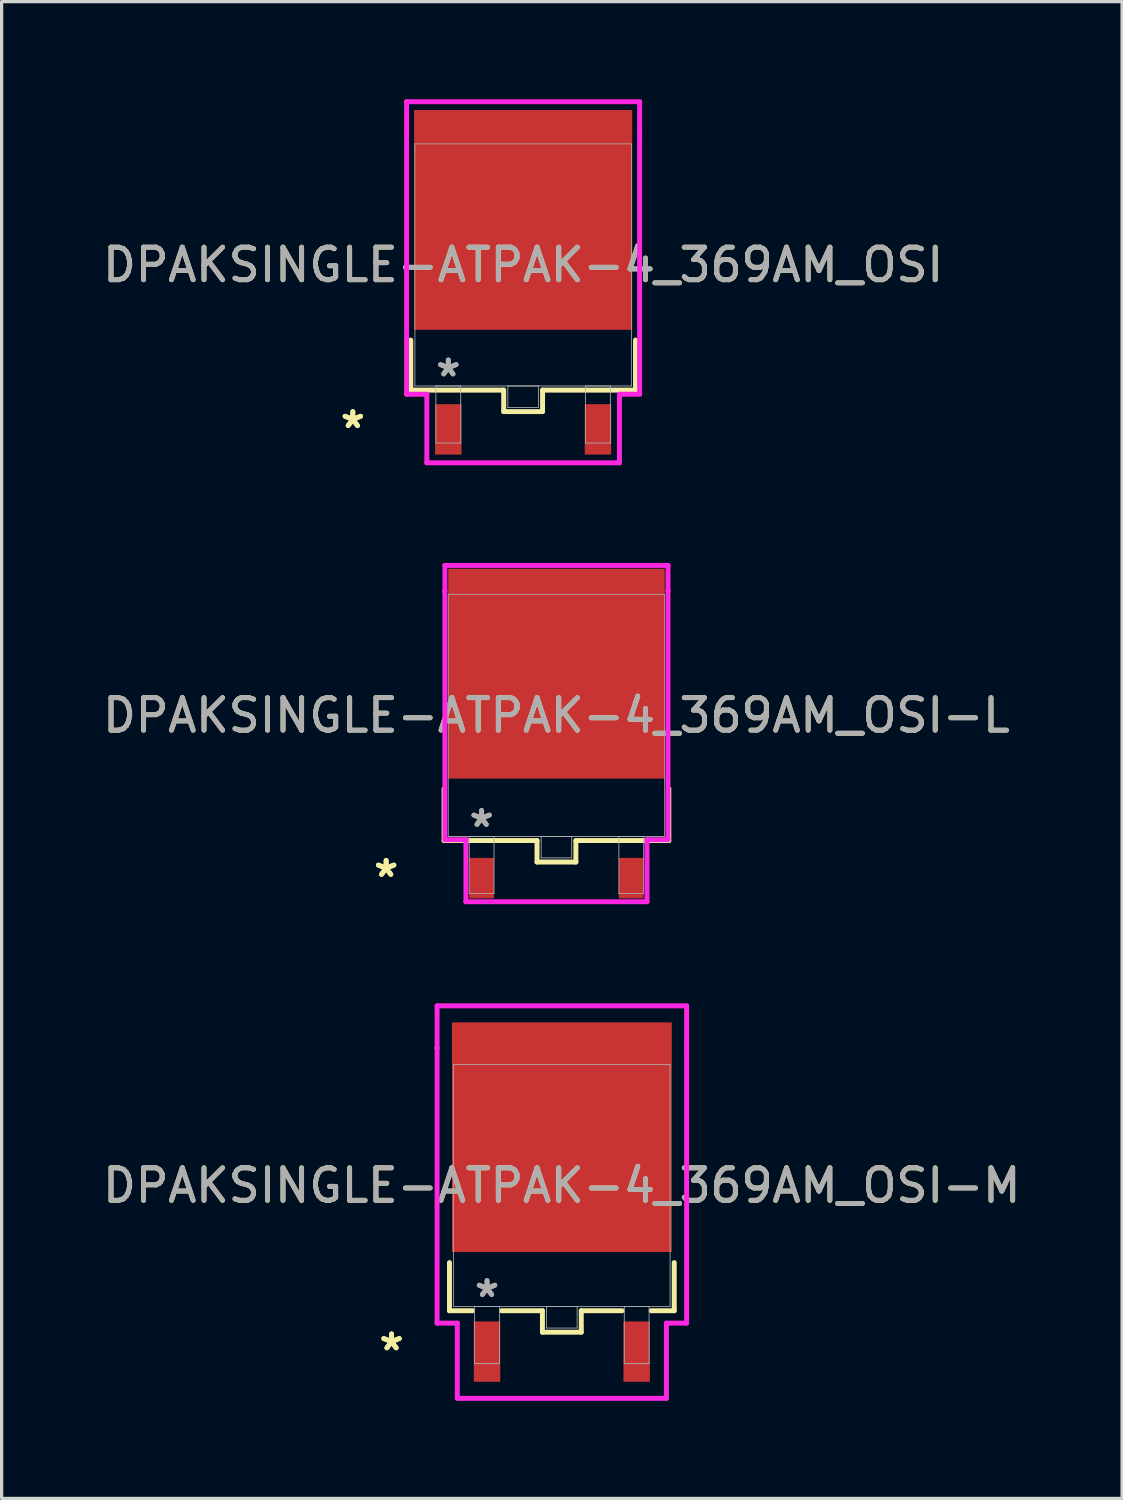
<source format=kicad_pcb>
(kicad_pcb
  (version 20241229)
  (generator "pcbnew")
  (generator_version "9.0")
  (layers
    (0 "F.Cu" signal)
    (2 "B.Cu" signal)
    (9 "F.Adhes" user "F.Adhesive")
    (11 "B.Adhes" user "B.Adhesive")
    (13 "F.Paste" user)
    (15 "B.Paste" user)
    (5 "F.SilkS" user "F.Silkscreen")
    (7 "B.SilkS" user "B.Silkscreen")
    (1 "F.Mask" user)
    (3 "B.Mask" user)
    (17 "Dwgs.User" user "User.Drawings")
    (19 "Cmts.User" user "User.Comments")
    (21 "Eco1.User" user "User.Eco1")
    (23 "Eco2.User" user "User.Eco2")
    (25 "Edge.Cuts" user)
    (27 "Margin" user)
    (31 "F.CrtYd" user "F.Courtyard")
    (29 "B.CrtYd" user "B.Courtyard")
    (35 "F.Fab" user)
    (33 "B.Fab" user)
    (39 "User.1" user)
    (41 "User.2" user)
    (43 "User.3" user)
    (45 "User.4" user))
  (footprint "DPAKSINGLE-ATPAK-4_369AM_OSI-M"
    (layer "F.Cu")
    (at 14.22 33.391)
    (property "Reference" "DPAKSINGLE-ATPAK-4_369AM_OSI-M" (at 0 0 0) (unlocked yes) (layer "F.SilkS") (effects (font (size 1 1) (thickness 0.15))))
    (attr smd)
    (fp_line (start -3.454 2.369) (end -3.454 3.848) (stroke (width 0.152) (type solid)) (layer "F.SilkS"))
    (fp_line (start -3.454 3.848) (end -2.747 3.848) (stroke (width 0.152) (type solid)) (layer "F.SilkS"))
    (fp_line (start -1.853 3.848) (end -0.597 3.848) (stroke (width 0.152) (type solid)) (layer "F.SilkS"))
    (fp_line (start -0.597 3.848) (end -0.597 4.508) (stroke (width 0.152) (type solid)) (layer "F.SilkS"))
    (fp_line (start -0.597 4.508) (end 0.597 4.508) (stroke (width 0.152) (type solid)) (layer "F.SilkS"))
    (fp_line (start 0.597 3.848) (end 1.853 3.848) (stroke (width 0.152) (type solid)) (layer "F.SilkS"))
    (fp_line (start 0.597 4.508) (end 0.597 3.848) (stroke (width 0.152) (type solid)) (layer "F.SilkS"))
    (fp_line (start 2.747 3.848) (end 3.454 3.848) (stroke (width 0.152) (type solid)) (layer "F.SilkS"))
    (fp_line (start 3.454 3.848) (end 3.454 2.369) (stroke (width 0.152) (type solid)) (layer "F.SilkS"))
    (fp_line (start -3.835 -5.524) (end 3.835 -5.524) (stroke (width 0.152) (type solid)) (layer "F.CrtYd"))
    (fp_line (start -3.835 -4.229) (end -3.835 -5.524) (stroke (width 0.152) (type solid)) (layer "F.CrtYd"))
    (fp_line (start -3.835 -4.229) (end -3.835 -4.229) (stroke (width 0.152) (type solid)) (layer "F.CrtYd"))
    (fp_line (start -3.835 4.229) (end -3.835 -4.229) (stroke (width 0.152) (type solid)) (layer "F.CrtYd"))
    (fp_line (start -3.214 4.229) (end -3.835 4.229) (stroke (width 0.152) (type solid)) (layer "F.CrtYd"))
    (fp_line (start -3.214 6.54) (end -3.214 4.229) (stroke (width 0.152) (type solid)) (layer "F.CrtYd"))
    (fp_line (start 3.214 4.229) (end 3.214 6.54) (stroke (width 0.152) (type solid)) (layer "F.CrtYd"))
    (fp_line (start 3.214 6.54) (end -3.214 6.54) (stroke (width 0.152) (type solid)) (layer "F.CrtYd"))
    (fp_line (start 3.835 -5.524) (end 3.835 -4.229) (stroke (width 0.152) (type solid)) (layer "F.CrtYd"))
    (fp_line (start 3.835 -4.229) (end 3.835 -4.229) (stroke (width 0.152) (type solid)) (layer "F.CrtYd"))
    (fp_line (start 3.835 -4.229) (end 3.835 4.229) (stroke (width 0.152) (type solid)) (layer "F.CrtYd"))
    (fp_line (start 3.835 4.229) (end 3.214 4.229) (stroke (width 0.152) (type solid)) (layer "F.CrtYd"))
    (fp_line (start -3.327 -3.721) (end -3.327 3.721) (stroke (width 0.025) (type solid)) (layer "F.Fab"))
    (fp_line (start -3.327 3.721) (end 3.327 3.721) (stroke (width 0.025) (type solid)) (layer "F.Fab"))
    (fp_line (start -2.681 3.721) (end -2.681 5.474) (stroke (width 0.025) (type solid)) (layer "F.Fab"))
    (fp_line (start -2.681 5.474) (end -1.919 5.474) (stroke (width 0.025) (type solid)) (layer "F.Fab"))
    (fp_line (start -1.919 3.721) (end -2.681 3.721) (stroke (width 0.025) (type solid)) (layer "F.Fab"))
    (fp_line (start -1.919 5.474) (end -1.919 3.721) (stroke (width 0.025) (type solid)) (layer "F.Fab"))
    (fp_line (start -0.47 3.721) (end -0.47 4.381) (stroke (width 0.025) (type solid)) (layer "F.Fab"))
    (fp_line (start -0.47 4.381) (end 0.47 4.381) (stroke (width 0.025) (type solid)) (layer "F.Fab"))
    (fp_line (start 0.47 3.721) (end -0.47 3.721) (stroke (width 0.025) (type solid)) (layer "F.Fab"))
    (fp_line (start 0.47 4.381) (end 0.47 3.721) (stroke (width 0.025) (type solid)) (layer "F.Fab"))
    (fp_line (start 1.919 3.721) (end 1.919 5.474) (stroke (width 0.025) (type solid)) (layer "F.Fab"))
    (fp_line (start 1.919 5.474) (end 2.681 5.474) (stroke (width 0.025) (type solid)) (layer "F.Fab"))
    (fp_line (start 2.681 3.721) (end 1.919 3.721) (stroke (width 0.025) (type solid)) (layer "F.Fab"))
    (fp_line (start 2.681 5.474) (end 2.681 3.721) (stroke (width 0.025) (type solid)) (layer "F.Fab"))
    (fp_line (start 3.327 -3.721) (end -3.327 -3.721) (stroke (width 0.025) (type solid)) (layer "F.Fab"))
    (fp_line (start 3.327 3.721) (end 3.327 -3.721) (stroke (width 0.025) (type solid)) (layer "F.Fab"))
    (fp_text user "*" (at -5.235 5.105 0) (unlocked yes) (layer "F.SilkS") (effects (font (size 1 1) (thickness 0.15))))
    (fp_text user "*" (at -5.235 5.105 0) (layer "F.SilkS") (effects (font (size 1 1) (thickness 0.15))))
    (fp_text user "*" (at -2.3 3.467 0) (unlocked yes) (layer "F.Fab") (effects (font (size 1 1) (thickness 0.15))))
    (fp_text user "${REFERENCE}" (at 0 0 0) (unlocked yes) (layer "F.Fab") (effects (font (size 1 1) (thickness 0.15))))
    (fp_text user "*" (at -2.3 3.467 0) (layer "F.Fab") (effects (font (size 1 1) (thickness 0.15))))
    (pad "1" smd rect (at -2.3 5.105) (size 0.813 1.854) (layers "F.Cu" "F.Mask" "F.Paste"))
    (pad "2" smd rect (at 0 -1.486) (size 6.756 7.061) (layers "F.Cu" "F.Mask" "F.Paste"))
    (pad "3" smd rect (at 2.3 5.105) (size 0.813 1.854) (layers "F.Cu" "F.Mask" "F.Paste")))
  (footprint "DPAKSINGLE-ATPAK-4_369AM_OSI"
    (layer "F.Cu")
    (at 13.03 5.093)
    (property "Reference" "DPAKSINGLE-ATPAK-4_369AM_OSI" (at 0 0 0) (unlocked yes) (layer "F.SilkS") (effects (font (size 1 1) (thickness 0.15))))
    (attr smd)
    (fp_line (start -3.454 2.311) (end -3.454 3.848) (stroke (width 0.152) (type solid)) (layer "F.SilkS"))
    (fp_line (start -3.454 3.848) (end -0.597 3.848) (stroke (width 0.152) (type solid)) (layer "F.SilkS"))
    (fp_line (start -0.597 3.848) (end -0.597 4.508) (stroke (width 0.152) (type solid)) (layer "F.SilkS"))
    (fp_line (start -0.597 4.508) (end 0.597 4.508) (stroke (width 0.152) (type solid)) (layer "F.SilkS"))
    (fp_line (start 0.597 3.848) (end 3.454 3.848) (stroke (width 0.152) (type solid)) (layer "F.SilkS"))
    (fp_line (start 0.597 4.508) (end 0.597 3.848) (stroke (width 0.152) (type solid)) (layer "F.SilkS"))
    (fp_line (start 3.454 3.848) (end 3.454 2.311) (stroke (width 0.152) (type solid)) (layer "F.SilkS"))
    (fp_line (start -3.581 -5.016) (end 3.581 -5.016) (stroke (width 0.152) (type solid)) (layer "F.CrtYd"))
    (fp_line (start -3.581 -3.975) (end -3.581 -5.016) (stroke (width 0.152) (type solid)) (layer "F.CrtYd"))
    (fp_line (start -3.581 -3.975) (end -3.581 -3.975) (stroke (width 0.152) (type solid)) (layer "F.CrtYd"))
    (fp_line (start -3.581 3.975) (end -3.581 -3.975) (stroke (width 0.152) (type solid)) (layer "F.CrtYd"))
    (fp_line (start -2.96 3.975) (end -3.581 3.975) (stroke (width 0.152) (type solid)) (layer "F.CrtYd"))
    (fp_line (start -2.96 6.083) (end -2.96 3.975) (stroke (width 0.152) (type solid)) (layer "F.CrtYd"))
    (fp_line (start 2.96 3.975) (end 2.96 6.083) (stroke (width 0.152) (type solid)) (layer "F.CrtYd"))
    (fp_line (start 2.96 6.083) (end -2.96 6.083) (stroke (width 0.152) (type solid)) (layer "F.CrtYd"))
    (fp_line (start 3.581 -5.016) (end 3.581 -3.975) (stroke (width 0.152) (type solid)) (layer "F.CrtYd"))
    (fp_line (start 3.581 -3.975) (end 3.581 -3.975) (stroke (width 0.152) (type solid)) (layer "F.CrtYd"))
    (fp_line (start 3.581 -3.975) (end 3.581 3.975) (stroke (width 0.152) (type solid)) (layer "F.CrtYd"))
    (fp_line (start 3.581 3.975) (end 2.96 3.975) (stroke (width 0.152) (type solid)) (layer "F.CrtYd"))
    (fp_line (start -3.327 -3.721) (end -3.327 3.721) (stroke (width 0.025) (type solid)) (layer "F.Fab"))
    (fp_line (start -3.327 3.721) (end 3.327 3.721) (stroke (width 0.025) (type solid)) (layer "F.Fab"))
    (fp_line (start -2.681 3.721) (end -2.681 5.474) (stroke (width 0.025) (type solid)) (layer "F.Fab"))
    (fp_line (start -2.681 5.474) (end -1.919 5.474) (stroke (width 0.025) (type solid)) (layer "F.Fab"))
    (fp_line (start -1.919 3.721) (end -2.681 3.721) (stroke (width 0.025) (type solid)) (layer "F.Fab"))
    (fp_line (start -1.919 5.474) (end -1.919 3.721) (stroke (width 0.025) (type solid)) (layer "F.Fab"))
    (fp_line (start -0.47 3.721) (end -0.47 4.381) (stroke (width 0.025) (type solid)) (layer "F.Fab"))
    (fp_line (start -0.47 4.381) (end 0.47 4.381) (stroke (width 0.025) (type solid)) (layer "F.Fab"))
    (fp_line (start 0.47 3.721) (end -0.47 3.721) (stroke (width 0.025) (type solid)) (layer "F.Fab"))
    (fp_line (start 0.47 4.381) (end 0.47 3.721) (stroke (width 0.025) (type solid)) (layer "F.Fab"))
    (fp_line (start 1.919 3.721) (end 1.919 5.474) (stroke (width 0.025) (type solid)) (layer "F.Fab"))
    (fp_line (start 1.919 5.474) (end 2.681 5.474) (stroke (width 0.025) (type solid)) (layer "F.Fab"))
    (fp_line (start 2.681 3.721) (end 1.919 3.721) (stroke (width 0.025) (type solid)) (layer "F.Fab"))
    (fp_line (start 2.681 5.474) (end 2.681 3.721) (stroke (width 0.025) (type solid)) (layer "F.Fab"))
    (fp_line (start 3.327 -3.721) (end -3.327 -3.721) (stroke (width 0.025) (type solid)) (layer "F.Fab"))
    (fp_line (start 3.327 3.721) (end 3.327 -3.721) (stroke (width 0.025) (type solid)) (layer "F.Fab"))
    (fp_text user "*" (at -5.235 5.055 0) (layer "F.SilkS") (effects (font (size 1 1) (thickness 0.15))))
    (fp_text user "*" (at -5.235 5.055 0) (unlocked yes) (layer "F.SilkS") (effects (font (size 1 1) (thickness 0.15))))
    (fp_text user "*" (at -2.3 3.467 0) (unlocked yes) (layer "F.Fab") (effects (font (size 1 1) (thickness 0.15))))
    (fp_text user "${REFERENCE}" (at 0 0 0) (unlocked yes) (layer "F.Fab") (effects (font (size 1 1) (thickness 0.15))))
    (fp_text user "*" (at -2.3 3.467 0) (layer "F.Fab") (effects (font (size 1 1) (thickness 0.15))))
    (pad "1" smd rect (at -2.3 5.055) (size 0.813 1.549) (layers "F.Cu" "F.Mask" "F.Paste"))
    (pad "2" smd rect (at 0 -1.384) (size 6.706 6.756) (layers "F.Cu" "F.Mask" "F.Paste"))
    (pad "3" smd rect (at 2.3 5.055) (size 0.813 1.549) (layers "F.Cu" "F.Mask" "F.Paste")))
  (footprint "DPAKSINGLE-ATPAK-4_369AM_OSI-L"
    (layer "F.Cu")
    (at 14.054 18.939)
    (property "Reference" "DPAKSINGLE-ATPAK-4_369AM_OSI-L" (at 0 0 0) (unlocked yes) (layer "F.SilkS") (effects (font (size 1 1) (thickness 0.15))))
    (attr smd)
    (fp_line (start -3.454 2.251) (end -3.454 3.848) (stroke (width 0.152) (type solid)) (layer "F.SilkS"))
    (fp_line (start -3.454 3.848) (end -0.597 3.848) (stroke (width 0.152) (type solid)) (layer "F.SilkS"))
    (fp_line (start -0.597 3.848) (end -0.597 4.508) (stroke (width 0.152) (type solid)) (layer "F.SilkS"))
    (fp_line (start -0.597 4.508) (end 0.597 4.508) (stroke (width 0.152) (type solid)) (layer "F.SilkS"))
    (fp_line (start 0.597 3.848) (end 3.454 3.848) (stroke (width 0.152) (type solid)) (layer "F.SilkS"))
    (fp_line (start 0.597 4.508) (end 0.597 3.848) (stroke (width 0.152) (type solid)) (layer "F.SilkS"))
    (fp_line (start 3.454 3.848) (end 3.454 2.251) (stroke (width 0.152) (type solid)) (layer "F.SilkS"))
    (fp_line (start -3.429 -4.61) (end 3.429 -4.61) (stroke (width 0.152) (type solid)) (layer "F.CrtYd"))
    (fp_line (start -3.429 -3.823) (end -3.429 -4.61) (stroke (width 0.152) (type solid)) (layer "F.CrtYd"))
    (fp_line (start -3.429 -3.823) (end -3.429 -3.823) (stroke (width 0.152) (type solid)) (layer "F.CrtYd"))
    (fp_line (start -3.429 3.823) (end -3.429 -3.823) (stroke (width 0.152) (type solid)) (layer "F.CrtYd"))
    (fp_line (start -2.783 3.823) (end -3.429 3.823) (stroke (width 0.152) (type solid)) (layer "F.CrtYd"))
    (fp_line (start -2.783 5.728) (end -2.783 3.823) (stroke (width 0.152) (type solid)) (layer "F.CrtYd"))
    (fp_line (start 2.783 3.823) (end 2.783 5.728) (stroke (width 0.152) (type solid)) (layer "F.CrtYd"))
    (fp_line (start 2.783 5.728) (end -2.783 5.728) (stroke (width 0.152) (type solid)) (layer "F.CrtYd"))
    (fp_line (start 3.429 -4.61) (end 3.429 -3.823) (stroke (width 0.152) (type solid)) (layer "F.CrtYd"))
    (fp_line (start 3.429 -3.823) (end 3.429 -3.823) (stroke (width 0.152) (type solid)) (layer "F.CrtYd"))
    (fp_line (start 3.429 -3.823) (end 3.429 3.823) (stroke (width 0.152) (type solid)) (layer "F.CrtYd"))
    (fp_line (start 3.429 3.823) (end 2.783 3.823) (stroke (width 0.152) (type solid)) (layer "F.CrtYd"))
    (fp_line (start -3.327 -3.721) (end -3.327 3.721) (stroke (width 0.025) (type solid)) (layer "F.Fab"))
    (fp_line (start -3.327 3.721) (end 3.327 3.721) (stroke (width 0.025) (type solid)) (layer "F.Fab"))
    (fp_line (start -2.681 3.721) (end -2.681 5.474) (stroke (width 0.025) (type solid)) (layer "F.Fab"))
    (fp_line (start -2.681 5.474) (end -1.919 5.474) (stroke (width 0.025) (type solid)) (layer "F.Fab"))
    (fp_line (start -1.919 3.721) (end -2.681 3.721) (stroke (width 0.025) (type solid)) (layer "F.Fab"))
    (fp_line (start -1.919 5.474) (end -1.919 3.721) (stroke (width 0.025) (type solid)) (layer "F.Fab"))
    (fp_line (start -0.47 3.721) (end -0.47 4.381) (stroke (width 0.025) (type solid)) (layer "F.Fab"))
    (fp_line (start -0.47 4.381) (end 0.47 4.381) (stroke (width 0.025) (type solid)) (layer "F.Fab"))
    (fp_line (start 0.47 3.721) (end -0.47 3.721) (stroke (width 0.025) (type solid)) (layer "F.Fab"))
    (fp_line (start 0.47 4.381) (end 0.47 3.721) (stroke (width 0.025) (type solid)) (layer "F.Fab"))
    (fp_line (start 1.919 3.721) (end 1.919 5.474) (stroke (width 0.025) (type solid)) (layer "F.Fab"))
    (fp_line (start 1.919 5.474) (end 2.681 5.474) (stroke (width 0.025) (type solid)) (layer "F.Fab"))
    (fp_line (start 2.681 3.721) (end 1.919 3.721) (stroke (width 0.025) (type solid)) (layer "F.Fab"))
    (fp_line (start 2.681 5.474) (end 2.681 3.721) (stroke (width 0.025) (type solid)) (layer "F.Fab"))
    (fp_line (start 3.327 -3.721) (end -3.327 -3.721) (stroke (width 0.025) (type solid)) (layer "F.Fab"))
    (fp_line (start 3.327 3.721) (end 3.327 -3.721) (stroke (width 0.025) (type solid)) (layer "F.Fab"))
    (fp_text user "*" (at -5.235 5.004 0) (unlocked yes) (layer "F.SilkS") (effects (font (size 1 1) (thickness 0.15))))
    (fp_text user "*" (at -5.235 5.004 0) (layer "F.SilkS") (effects (font (size 1 1) (thickness 0.15))))
    (fp_text user "*" (at -2.3 3.467 0) (layer "F.Fab") (effects (font (size 1 1) (thickness 0.15))))
    (fp_text user "*" (at -2.3 3.467 0) (unlocked yes) (layer "F.Fab") (effects (font (size 1 1) (thickness 0.15))))
    (fp_text user "${REFERENCE}" (at 0 0 0) (unlocked yes) (layer "F.Fab") (effects (font (size 1 1) (thickness 0.15))))
    (pad "1" smd rect (at -2.3 5.004) (size 0.762 1.245) (layers "F.Cu" "F.Mask" "F.Paste"))
    (pad "2" smd rect (at 0 -1.283) (size 6.655 6.452) (layers "F.Cu" "F.Mask" "F.Paste"))
    (pad "3" smd rect (at 2.3 5.004) (size 0.762 1.245) (layers "F.Cu" "F.Mask" "F.Paste")))
  (gr_rect
    (start -3 -3)
    (end 31.44 43.008)
    (stroke (width 0.1) (type default))
    (fill no)
    (layer "Edge.Cuts")))
</source>
